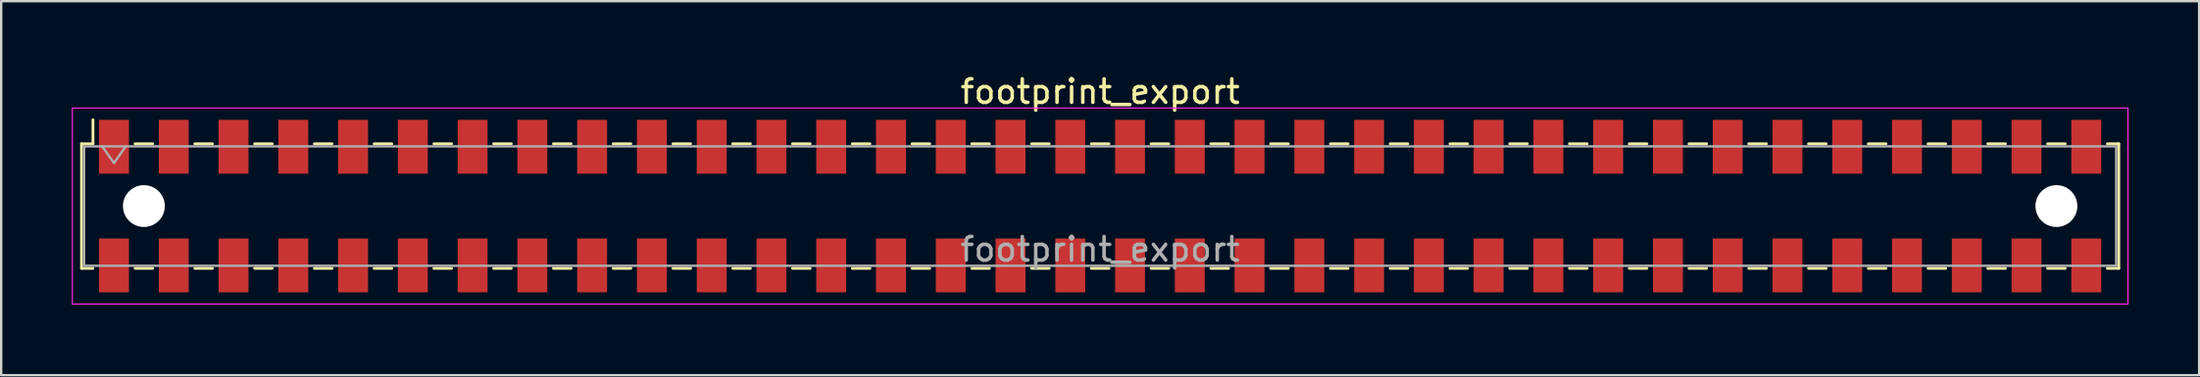
<source format=kicad_pcb>
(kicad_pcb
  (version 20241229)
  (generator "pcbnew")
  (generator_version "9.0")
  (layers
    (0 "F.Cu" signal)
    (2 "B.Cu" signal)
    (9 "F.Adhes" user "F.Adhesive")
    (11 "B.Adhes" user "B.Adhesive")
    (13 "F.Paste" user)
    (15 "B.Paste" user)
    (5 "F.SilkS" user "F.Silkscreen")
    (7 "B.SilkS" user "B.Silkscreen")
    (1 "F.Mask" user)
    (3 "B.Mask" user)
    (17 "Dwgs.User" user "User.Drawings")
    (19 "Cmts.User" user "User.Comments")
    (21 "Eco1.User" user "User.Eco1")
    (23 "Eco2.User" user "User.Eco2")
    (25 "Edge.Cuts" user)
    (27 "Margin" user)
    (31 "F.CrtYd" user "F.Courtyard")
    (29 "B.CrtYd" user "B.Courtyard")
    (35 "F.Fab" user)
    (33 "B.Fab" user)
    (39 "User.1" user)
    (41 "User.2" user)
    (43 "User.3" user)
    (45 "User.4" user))
  (footprint "footprint_export"
    (layer "F.Cu")
    (at 43.705 5.718)
    (property "Reference" "footprint_export" (at 0 -4.87 0) (layer "F.SilkS") (effects (font (size 1 1) (thickness 0.15))))
    (attr smd)
    (fp_line (start -43.29 -2.65) (end -43.29 2.65) (stroke (width 0.12) (type solid)) (layer "F.SilkS"))
    (fp_line (start -43.29 2.65) (end -42.805 2.65) (stroke (width 0.12) (type solid)) (layer "F.SilkS"))
    (fp_line (start -42.805 -3.67) (end -42.805 -2.65) (stroke (width 0.12) (type solid)) (layer "F.SilkS"))
    (fp_line (start -42.805 -2.65) (end -43.29 -2.65) (stroke (width 0.12) (type solid)) (layer "F.SilkS"))
    (fp_line (start -41.015 -2.65) (end -40.265 -2.65) (stroke (width 0.12) (type solid)) (layer "F.SilkS"))
    (fp_line (start -41.015 2.65) (end -40.265 2.65) (stroke (width 0.12) (type solid)) (layer "F.SilkS"))
    (fp_line (start -38.475 -2.65) (end -37.725 -2.65) (stroke (width 0.12) (type solid)) (layer "F.SilkS"))
    (fp_line (start -38.475 2.65) (end -37.725 2.65) (stroke (width 0.12) (type solid)) (layer "F.SilkS"))
    (fp_line (start -35.935 -2.65) (end -35.185 -2.65) (stroke (width 0.12) (type solid)) (layer "F.SilkS"))
    (fp_line (start -35.935 2.65) (end -35.185 2.65) (stroke (width 0.12) (type solid)) (layer "F.SilkS"))
    (fp_line (start -33.395 -2.65) (end -32.645 -2.65) (stroke (width 0.12) (type solid)) (layer "F.SilkS"))
    (fp_line (start -33.395 2.65) (end -32.645 2.65) (stroke (width 0.12) (type solid)) (layer "F.SilkS"))
    (fp_line (start -30.855 -2.65) (end -30.105 -2.65) (stroke (width 0.12) (type solid)) (layer "F.SilkS"))
    (fp_line (start -30.855 2.65) (end -30.105 2.65) (stroke (width 0.12) (type solid)) (layer "F.SilkS"))
    (fp_line (start -28.315 -2.65) (end -27.565 -2.65) (stroke (width 0.12) (type solid)) (layer "F.SilkS"))
    (fp_line (start -28.315 2.65) (end -27.565 2.65) (stroke (width 0.12) (type solid)) (layer "F.SilkS"))
    (fp_line (start -25.775 -2.65) (end -25.025 -2.65) (stroke (width 0.12) (type solid)) (layer "F.SilkS"))
    (fp_line (start -25.775 2.65) (end -25.025 2.65) (stroke (width 0.12) (type solid)) (layer "F.SilkS"))
    (fp_line (start -23.235 -2.65) (end -22.485 -2.65) (stroke (width 0.12) (type solid)) (layer "F.SilkS"))
    (fp_line (start -23.235 2.65) (end -22.485 2.65) (stroke (width 0.12) (type solid)) (layer "F.SilkS"))
    (fp_line (start -20.695 -2.65) (end -19.945 -2.65) (stroke (width 0.12) (type solid)) (layer "F.SilkS"))
    (fp_line (start -20.695 2.65) (end -19.945 2.65) (stroke (width 0.12) (type solid)) (layer "F.SilkS"))
    (fp_line (start -18.155 -2.65) (end -17.405 -2.65) (stroke (width 0.12) (type solid)) (layer "F.SilkS"))
    (fp_line (start -18.155 2.65) (end -17.405 2.65) (stroke (width 0.12) (type solid)) (layer "F.SilkS"))
    (fp_line (start -15.615 -2.65) (end -14.865 -2.65) (stroke (width 0.12) (type solid)) (layer "F.SilkS"))
    (fp_line (start -15.615 2.65) (end -14.865 2.65) (stroke (width 0.12) (type solid)) (layer "F.SilkS"))
    (fp_line (start -13.075 -2.65) (end -12.325 -2.65) (stroke (width 0.12) (type solid)) (layer "F.SilkS"))
    (fp_line (start -13.075 2.65) (end -12.325 2.65) (stroke (width 0.12) (type solid)) (layer "F.SilkS"))
    (fp_line (start -10.535 -2.65) (end -9.785 -2.65) (stroke (width 0.12) (type solid)) (layer "F.SilkS"))
    (fp_line (start -10.535 2.65) (end -9.785 2.65) (stroke (width 0.12) (type solid)) (layer "F.SilkS"))
    (fp_line (start -7.995 -2.65) (end -7.245 -2.65) (stroke (width 0.12) (type solid)) (layer "F.SilkS"))
    (fp_line (start -7.995 2.65) (end -7.245 2.65) (stroke (width 0.12) (type solid)) (layer "F.SilkS"))
    (fp_line (start -5.455 -2.65) (end -4.705 -2.65) (stroke (width 0.12) (type solid)) (layer "F.SilkS"))
    (fp_line (start -5.455 2.65) (end -4.705 2.65) (stroke (width 0.12) (type solid)) (layer "F.SilkS"))
    (fp_line (start -2.915 -2.65) (end -2.165 -2.65) (stroke (width 0.12) (type solid)) (layer "F.SilkS"))
    (fp_line (start -2.915 2.65) (end -2.165 2.65) (stroke (width 0.12) (type solid)) (layer "F.SilkS"))
    (fp_line (start -0.375 -2.65) (end 0.375 -2.65) (stroke (width 0.12) (type solid)) (layer "F.SilkS"))
    (fp_line (start -0.375 2.65) (end 0.375 2.65) (stroke (width 0.12) (type solid)) (layer "F.SilkS"))
    (fp_line (start 2.165 -2.65) (end 2.915 -2.65) (stroke (width 0.12) (type solid)) (layer "F.SilkS"))
    (fp_line (start 2.165 2.65) (end 2.915 2.65) (stroke (width 0.12) (type solid)) (layer "F.SilkS"))
    (fp_line (start 4.705 -2.65) (end 5.455 -2.65) (stroke (width 0.12) (type solid)) (layer "F.SilkS"))
    (fp_line (start 4.705 2.65) (end 5.455 2.65) (stroke (width 0.12) (type solid)) (layer "F.SilkS"))
    (fp_line (start 7.245 -2.65) (end 7.995 -2.65) (stroke (width 0.12) (type solid)) (layer "F.SilkS"))
    (fp_line (start 7.245 2.65) (end 7.995 2.65) (stroke (width 0.12) (type solid)) (layer "F.SilkS"))
    (fp_line (start 9.785 -2.65) (end 10.535 -2.65) (stroke (width 0.12) (type solid)) (layer "F.SilkS"))
    (fp_line (start 9.785 2.65) (end 10.535 2.65) (stroke (width 0.12) (type solid)) (layer "F.SilkS"))
    (fp_line (start 12.325 -2.65) (end 13.075 -2.65) (stroke (width 0.12) (type solid)) (layer "F.SilkS"))
    (fp_line (start 12.325 2.65) (end 13.075 2.65) (stroke (width 0.12) (type solid)) (layer "F.SilkS"))
    (fp_line (start 14.865 -2.65) (end 15.615 -2.65) (stroke (width 0.12) (type solid)) (layer "F.SilkS"))
    (fp_line (start 14.865 2.65) (end 15.615 2.65) (stroke (width 0.12) (type solid)) (layer "F.SilkS"))
    (fp_line (start 17.405 -2.65) (end 18.155 -2.65) (stroke (width 0.12) (type solid)) (layer "F.SilkS"))
    (fp_line (start 17.405 2.65) (end 18.155 2.65) (stroke (width 0.12) (type solid)) (layer "F.SilkS"))
    (fp_line (start 19.945 -2.65) (end 20.695 -2.65) (stroke (width 0.12) (type solid)) (layer "F.SilkS"))
    (fp_line (start 19.945 2.65) (end 20.695 2.65) (stroke (width 0.12) (type solid)) (layer "F.SilkS"))
    (fp_line (start 22.485 -2.65) (end 23.235 -2.65) (stroke (width 0.12) (type solid)) (layer "F.SilkS"))
    (fp_line (start 22.485 2.65) (end 23.235 2.65) (stroke (width 0.12) (type solid)) (layer "F.SilkS"))
    (fp_line (start 25.025 -2.65) (end 25.775 -2.65) (stroke (width 0.12) (type solid)) (layer "F.SilkS"))
    (fp_line (start 25.025 2.65) (end 25.775 2.65) (stroke (width 0.12) (type solid)) (layer "F.SilkS"))
    (fp_line (start 27.565 -2.65) (end 28.315 -2.65) (stroke (width 0.12) (type solid)) (layer "F.SilkS"))
    (fp_line (start 27.565 2.65) (end 28.315 2.65) (stroke (width 0.12) (type solid)) (layer "F.SilkS"))
    (fp_line (start 30.105 -2.65) (end 30.855 -2.65) (stroke (width 0.12) (type solid)) (layer "F.SilkS"))
    (fp_line (start 30.105 2.65) (end 30.855 2.65) (stroke (width 0.12) (type solid)) (layer "F.SilkS"))
    (fp_line (start 32.645 -2.65) (end 33.395 -2.65) (stroke (width 0.12) (type solid)) (layer "F.SilkS"))
    (fp_line (start 32.645 2.65) (end 33.395 2.65) (stroke (width 0.12) (type solid)) (layer "F.SilkS"))
    (fp_line (start 35.185 -2.65) (end 35.935 -2.65) (stroke (width 0.12) (type solid)) (layer "F.SilkS"))
    (fp_line (start 35.185 2.65) (end 35.935 2.65) (stroke (width 0.12) (type solid)) (layer "F.SilkS"))
    (fp_line (start 37.725 -2.65) (end 38.475 -2.65) (stroke (width 0.12) (type solid)) (layer "F.SilkS"))
    (fp_line (start 37.725 2.65) (end 38.475 2.65) (stroke (width 0.12) (type solid)) (layer "F.SilkS"))
    (fp_line (start 40.265 -2.65) (end 41.015 -2.65) (stroke (width 0.12) (type solid)) (layer "F.SilkS"))
    (fp_line (start 40.265 2.65) (end 41.015 2.65) (stroke (width 0.12) (type solid)) (layer "F.SilkS"))
    (fp_line (start 42.805 -2.65) (end 43.29 -2.65) (stroke (width 0.12) (type solid)) (layer "F.SilkS"))
    (fp_line (start 43.29 -2.65) (end 43.29 2.65) (stroke (width 0.12) (type solid)) (layer "F.SilkS"))
    (fp_line (start 43.29 2.65) (end 42.805 2.65) (stroke (width 0.12) (type solid)) (layer "F.SilkS"))
    (fp_line (start -43.68 -4.17) (end 43.68 -4.17) (stroke (width 0.05) (type solid)) (layer "F.CrtYd"))
    (fp_line (start -43.68 4.17) (end -43.68 -4.17) (stroke (width 0.05) (type solid)) (layer "F.CrtYd"))
    (fp_line (start 43.68 -4.17) (end 43.68 4.17) (stroke (width 0.05) (type solid)) (layer "F.CrtYd"))
    (fp_line (start 43.68 4.17) (end -43.68 4.17) (stroke (width 0.05) (type solid)) (layer "F.CrtYd"))
    (fp_line (start -43.18 -2.54) (end 43.18 -2.54) (stroke (width 0.1) (type solid)) (layer "F.Fab"))
    (fp_line (start -43.18 2.54) (end -43.18 -2.54) (stroke (width 0.1) (type solid)) (layer "F.Fab"))
    (fp_line (start -42.41 -2.54) (end -41.91 -1.833) (stroke (width 0.1) (type solid)) (layer "F.Fab"))
    (fp_line (start -41.91 -1.833) (end -41.41 -2.54) (stroke (width 0.1) (type solid)) (layer "F.Fab"))
    (fp_line (start 43.18 -2.54) (end 43.18 2.54) (stroke (width 0.1) (type solid)) (layer "F.Fab"))
    (fp_line (start 43.18 2.54) (end -43.18 2.54) (stroke (width 0.1) (type solid)) (layer "F.Fab"))
    (fp_text user "${REFERENCE}" (at 0 1.84 0) (layer "F.Fab") (effects (font (size 1 1) (thickness 0.15))))
    (pad "" np_thru_hole circle (at -40.64 0) (size 1.78 1.78) (drill 1.78) (layers "*.Cu" "*.Mask"))
    (pad "" np_thru_hole circle (at 40.64 0) (size 1.78 1.78) (drill 1.78) (layers "*.Cu" "*.Mask"))
    (pad "1" smd rect (at -41.91 -2.525) (size 1.27 2.29) (layers "F.Cu" "F.Mask" "F.Paste"))
    (pad "2" smd rect (at -41.91 2.525) (size 1.27 2.29) (layers "F.Cu" "F.Mask" "F.Paste"))
    (pad "3" smd rect (at -39.37 -2.525) (size 1.27 2.29) (layers "F.Cu" "F.Mask" "F.Paste"))
    (pad "4" smd rect (at -39.37 2.525) (size 1.27 2.29) (layers "F.Cu" "F.Mask" "F.Paste"))
    (pad "5" smd rect (at -36.83 -2.525) (size 1.27 2.29) (layers "F.Cu" "F.Mask" "F.Paste"))
    (pad "6" smd rect (at -36.83 2.525) (size 1.27 2.29) (layers "F.Cu" "F.Mask" "F.Paste"))
    (pad "7" smd rect (at -34.29 -2.525) (size 1.27 2.29) (layers "F.Cu" "F.Mask" "F.Paste"))
    (pad "8" smd rect (at -34.29 2.525) (size 1.27 2.29) (layers "F.Cu" "F.Mask" "F.Paste"))
    (pad "9" smd rect (at -31.75 -2.525) (size 1.27 2.29) (layers "F.Cu" "F.Mask" "F.Paste"))
    (pad "10" smd rect (at -31.75 2.525) (size 1.27 2.29) (layers "F.Cu" "F.Mask" "F.Paste"))
    (pad "11" smd rect (at -29.21 -2.525) (size 1.27 2.29) (layers "F.Cu" "F.Mask" "F.Paste"))
    (pad "12" smd rect (at -29.21 2.525) (size 1.27 2.29) (layers "F.Cu" "F.Mask" "F.Paste"))
    (pad "13" smd rect (at -26.67 -2.525) (size 1.27 2.29) (layers "F.Cu" "F.Mask" "F.Paste"))
    (pad "14" smd rect (at -26.67 2.525) (size 1.27 2.29) (layers "F.Cu" "F.Mask" "F.Paste"))
    (pad "15" smd rect (at -24.13 -2.525) (size 1.27 2.29) (layers "F.Cu" "F.Mask" "F.Paste"))
    (pad "16" smd rect (at -24.13 2.525) (size 1.27 2.29) (layers "F.Cu" "F.Mask" "F.Paste"))
    (pad "17" smd rect (at -21.59 -2.525) (size 1.27 2.29) (layers "F.Cu" "F.Mask" "F.Paste"))
    (pad "18" smd rect (at -21.59 2.525) (size 1.27 2.29) (layers "F.Cu" "F.Mask" "F.Paste"))
    (pad "19" smd rect (at -19.05 -2.525) (size 1.27 2.29) (layers "F.Cu" "F.Mask" "F.Paste"))
    (pad "20" smd rect (at -19.05 2.525) (size 1.27 2.29) (layers "F.Cu" "F.Mask" "F.Paste"))
    (pad "21" smd rect (at -16.51 -2.525) (size 1.27 2.29) (layers "F.Cu" "F.Mask" "F.Paste"))
    (pad "22" smd rect (at -16.51 2.525) (size 1.27 2.29) (layers "F.Cu" "F.Mask" "F.Paste"))
    (pad "23" smd rect (at -13.97 -2.525) (size 1.27 2.29) (layers "F.Cu" "F.Mask" "F.Paste"))
    (pad "24" smd rect (at -13.97 2.525) (size 1.27 2.29) (layers "F.Cu" "F.Mask" "F.Paste"))
    (pad "25" smd rect (at -11.43 -2.525) (size 1.27 2.29) (layers "F.Cu" "F.Mask" "F.Paste"))
    (pad "26" smd rect (at -11.43 2.525) (size 1.27 2.29) (layers "F.Cu" "F.Mask" "F.Paste"))
    (pad "27" smd rect (at -8.89 -2.525) (size 1.27 2.29) (layers "F.Cu" "F.Mask" "F.Paste"))
    (pad "28" smd rect (at -8.89 2.525) (size 1.27 2.29) (layers "F.Cu" "F.Mask" "F.Paste"))
    (pad "29" smd rect (at -6.35 -2.525) (size 1.27 2.29) (layers "F.Cu" "F.Mask" "F.Paste"))
    (pad "30" smd rect (at -6.35 2.525) (size 1.27 2.29) (layers "F.Cu" "F.Mask" "F.Paste"))
    (pad "31" smd rect (at -3.81 -2.525) (size 1.27 2.29) (layers "F.Cu" "F.Mask" "F.Paste"))
    (pad "32" smd rect (at -3.81 2.525) (size 1.27 2.29) (layers "F.Cu" "F.Mask" "F.Paste"))
    (pad "33" smd rect (at -1.27 -2.525) (size 1.27 2.29) (layers "F.Cu" "F.Mask" "F.Paste"))
    (pad "34" smd rect (at -1.27 2.525) (size 1.27 2.29) (layers "F.Cu" "F.Mask" "F.Paste"))
    (pad "35" smd rect (at 1.27 -2.525) (size 1.27 2.29) (layers "F.Cu" "F.Mask" "F.Paste"))
    (pad "36" smd rect (at 1.27 2.525) (size 1.27 2.29) (layers "F.Cu" "F.Mask" "F.Paste"))
    (pad "37" smd rect (at 3.81 -2.525) (size 1.27 2.29) (layers "F.Cu" "F.Mask" "F.Paste"))
    (pad "38" smd rect (at 3.81 2.525) (size 1.27 2.29) (layers "F.Cu" "F.Mask" "F.Paste"))
    (pad "39" smd rect (at 6.35 -2.525) (size 1.27 2.29) (layers "F.Cu" "F.Mask" "F.Paste"))
    (pad "40" smd rect (at 6.35 2.525) (size 1.27 2.29) (layers "F.Cu" "F.Mask" "F.Paste"))
    (pad "41" smd rect (at 8.89 -2.525) (size 1.27 2.29) (layers "F.Cu" "F.Mask" "F.Paste"))
    (pad "42" smd rect (at 8.89 2.525) (size 1.27 2.29) (layers "F.Cu" "F.Mask" "F.Paste"))
    (pad "43" smd rect (at 11.43 -2.525) (size 1.27 2.29) (layers "F.Cu" "F.Mask" "F.Paste"))
    (pad "44" smd rect (at 11.43 2.525) (size 1.27 2.29) (layers "F.Cu" "F.Mask" "F.Paste"))
    (pad "45" smd rect (at 13.97 -2.525) (size 1.27 2.29) (layers "F.Cu" "F.Mask" "F.Paste"))
    (pad "46" smd rect (at 13.97 2.525) (size 1.27 2.29) (layers "F.Cu" "F.Mask" "F.Paste"))
    (pad "47" smd rect (at 16.51 -2.525) (size 1.27 2.29) (layers "F.Cu" "F.Mask" "F.Paste"))
    (pad "48" smd rect (at 16.51 2.525) (size 1.27 2.29) (layers "F.Cu" "F.Mask" "F.Paste"))
    (pad "49" smd rect (at 19.05 -2.525) (size 1.27 2.29) (layers "F.Cu" "F.Mask" "F.Paste"))
    (pad "50" smd rect (at 19.05 2.525) (size 1.27 2.29) (layers "F.Cu" "F.Mask" "F.Paste"))
    (pad "51" smd rect (at 21.59 -2.525) (size 1.27 2.29) (layers "F.Cu" "F.Mask" "F.Paste"))
    (pad "52" smd rect (at 21.59 2.525) (size 1.27 2.29) (layers "F.Cu" "F.Mask" "F.Paste"))
    (pad "53" smd rect (at 24.13 -2.525) (size 1.27 2.29) (layers "F.Cu" "F.Mask" "F.Paste"))
    (pad "54" smd rect (at 24.13 2.525) (size 1.27 2.29) (layers "F.Cu" "F.Mask" "F.Paste"))
    (pad "55" smd rect (at 26.67 -2.525) (size 1.27 2.29) (layers "F.Cu" "F.Mask" "F.Paste"))
    (pad "56" smd rect (at 26.67 2.525) (size 1.27 2.29) (layers "F.Cu" "F.Mask" "F.Paste"))
    (pad "57" smd rect (at 29.21 -2.525) (size 1.27 2.29) (layers "F.Cu" "F.Mask" "F.Paste"))
    (pad "58" smd rect (at 29.21 2.525) (size 1.27 2.29) (layers "F.Cu" "F.Mask" "F.Paste"))
    (pad "59" smd rect (at 31.75 -2.525) (size 1.27 2.29) (layers "F.Cu" "F.Mask" "F.Paste"))
    (pad "60" smd rect (at 31.75 2.525) (size 1.27 2.29) (layers "F.Cu" "F.Mask" "F.Paste"))
    (pad "61" smd rect (at 34.29 -2.525) (size 1.27 2.29) (layers "F.Cu" "F.Mask" "F.Paste"))
    (pad "62" smd rect (at 34.29 2.525) (size 1.27 2.29) (layers "F.Cu" "F.Mask" "F.Paste"))
    (pad "63" smd rect (at 36.83 -2.525) (size 1.27 2.29) (layers "F.Cu" "F.Mask" "F.Paste"))
    (pad "64" smd rect (at 36.83 2.525) (size 1.27 2.29) (layers "F.Cu" "F.Mask" "F.Paste"))
    (pad "65" smd rect (at 39.37 -2.525) (size 1.27 2.29) (layers "F.Cu" "F.Mask" "F.Paste"))
    (pad "66" smd rect (at 39.37 2.525) (size 1.27 2.29) (layers "F.Cu" "F.Mask" "F.Paste"))
    (pad "67" smd rect (at 41.91 -2.525) (size 1.27 2.29) (layers "F.Cu" "F.Mask" "F.Paste"))
    (pad "68" smd rect (at 41.91 2.525) (size 1.27 2.29) (layers "F.Cu" "F.Mask" "F.Paste")))
  (gr_rect
    (start -3 -3)
    (end 90.41 12.913)
    (stroke (width 0.1) (type default))
    (fill no)
    (layer "Edge.Cuts")))
</source>
